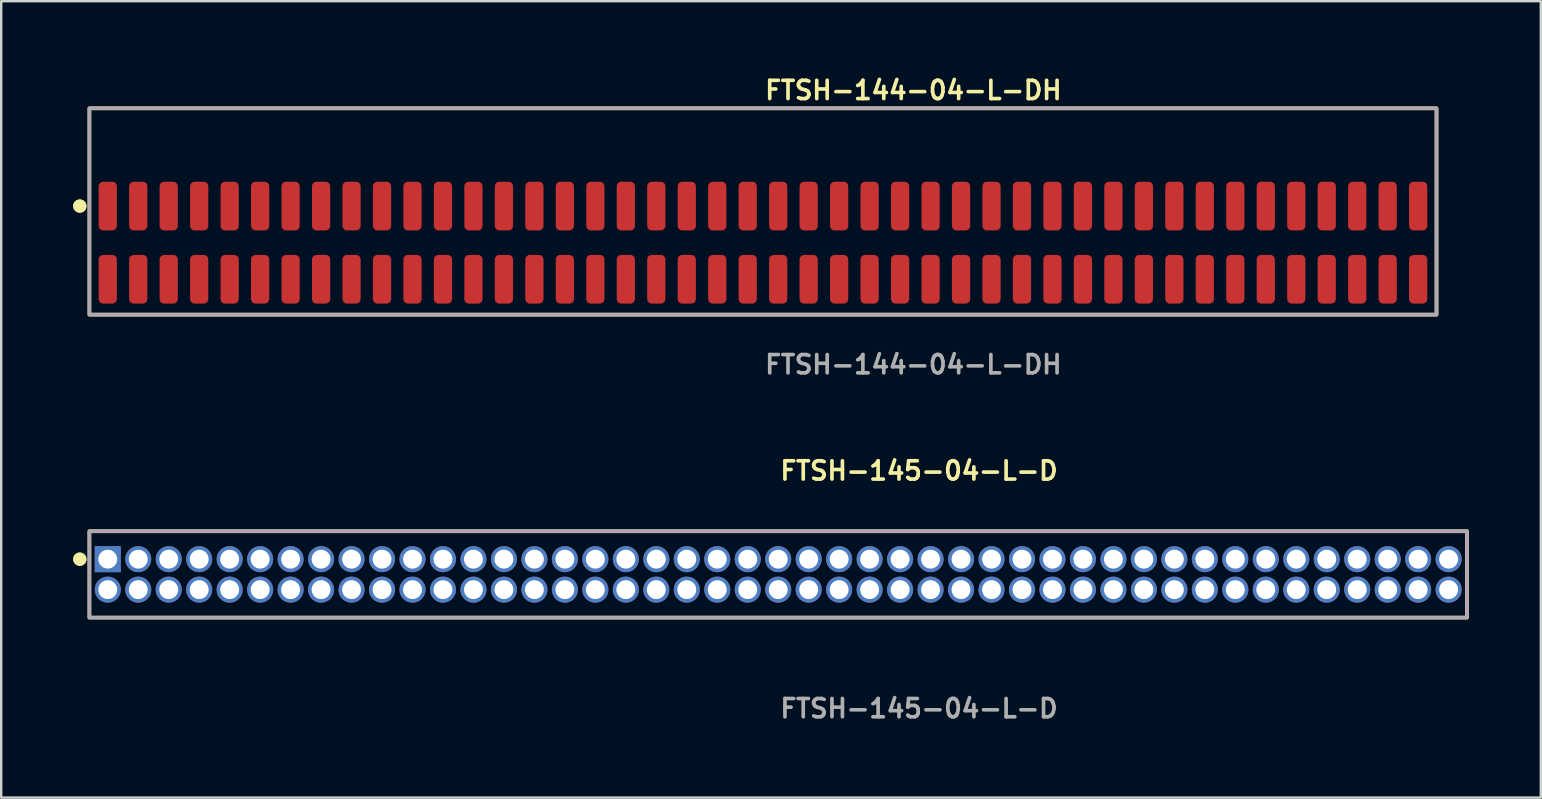
<source format=kicad_pcb>
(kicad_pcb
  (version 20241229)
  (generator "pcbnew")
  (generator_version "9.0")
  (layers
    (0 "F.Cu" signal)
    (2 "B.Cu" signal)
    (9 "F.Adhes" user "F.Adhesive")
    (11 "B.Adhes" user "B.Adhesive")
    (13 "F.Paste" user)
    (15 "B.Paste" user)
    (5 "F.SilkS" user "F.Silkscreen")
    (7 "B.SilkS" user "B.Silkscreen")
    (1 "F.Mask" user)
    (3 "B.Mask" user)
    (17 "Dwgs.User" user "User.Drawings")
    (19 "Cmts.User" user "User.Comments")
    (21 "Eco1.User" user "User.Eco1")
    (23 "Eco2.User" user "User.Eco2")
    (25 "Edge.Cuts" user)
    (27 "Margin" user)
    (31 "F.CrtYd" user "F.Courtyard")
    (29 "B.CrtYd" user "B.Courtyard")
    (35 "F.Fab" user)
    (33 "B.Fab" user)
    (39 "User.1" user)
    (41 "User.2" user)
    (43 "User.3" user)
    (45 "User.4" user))
  (footprint "FTSH-144-04-L-DH"
    (layer "F.Cu")
    (at 28.746 7.063)
    (property "Reference" "FTSH-144-04-L-DH" (at 0 -6.35 0) (unlocked yes) (layer "F.SilkS") (effects (font (size 0.762 0.762) (thickness 0.152)) (justify left)))
    (fp_rect (start -28.07 3) (end 28.07 -5.6) (stroke (width 0.152) (type solid)) (fill no) (layer "F.SilkS"))
    (fp_circle (center -28.47 -1.525) (end -28.67 -1.525) (stroke (width 0.152) (type solid)) (fill yes) (layer "F.SilkS"))
    (fp_circle (center -28.47 -1.525) (end -28.67 -1.525) (stroke (width 0.152) (type solid)) (fill yes) (layer "F.SilkS"))
    (fp_rect (start -28.07 3) (end 28.07 -5.6) (stroke (width 0.006) (type solid)) (fill no) (layer "F.CrtYd"))
    (fp_rect (start -28.07 3) (end 28.07 -5.6) (stroke (width 0.152) (type solid)) (fill no) (layer "F.Fab"))
    (fp_text user "${REFERENCE}" (at 0 5.08 0) (unlocked yes) (layer "F.Fab") (effects (font (size 0.762 0.762) (thickness 0.152)) (justify left)))
    (pad "1" smd roundrect (at -27.305 -1.525) (size 0.76 2.03) (layers "F.Cu" "F.Paste") (roundrect_rratio 0.25))
    (pad "2" smd roundrect (at -27.305 1.525) (size 0.76 2.03) (layers "F.Cu" "F.Paste") (roundrect_rratio 0.25))
    (pad "3" smd roundrect (at -26.035 -1.525) (size 0.76 2.03) (layers "F.Cu" "F.Paste") (roundrect_rratio 0.25))
    (pad "4" smd roundrect (at -26.035 1.525) (size 0.76 2.03) (layers "F.Cu" "F.Paste") (roundrect_rratio 0.25))
    (pad "5" smd roundrect (at -24.765 -1.525) (size 0.76 2.03) (layers "F.Cu" "F.Paste") (roundrect_rratio 0.25))
    (pad "6" smd roundrect (at -24.765 1.525) (size 0.76 2.03) (layers "F.Cu" "F.Paste") (roundrect_rratio 0.25))
    (pad "7" smd roundrect (at -23.495 -1.525) (size 0.76 2.03) (layers "F.Cu" "F.Paste") (roundrect_rratio 0.25))
    (pad "8" smd roundrect (at -23.495 1.525) (size 0.76 2.03) (layers "F.Cu" "F.Paste") (roundrect_rratio 0.25))
    (pad "9" smd roundrect (at -22.225 -1.525) (size 0.76 2.03) (layers "F.Cu" "F.Paste") (roundrect_rratio 0.25))
    (pad "10" smd roundrect (at -22.225 1.525) (size 0.76 2.03) (layers "F.Cu" "F.Paste") (roundrect_rratio 0.25))
    (pad "11" smd roundrect (at -20.955 -1.525) (size 0.76 2.03) (layers "F.Cu" "F.Paste") (roundrect_rratio 0.25))
    (pad "12" smd roundrect (at -20.955 1.525) (size 0.76 2.03) (layers "F.Cu" "F.Paste") (roundrect_rratio 0.25))
    (pad "13" smd roundrect (at -19.685 -1.525) (size 0.76 2.03) (layers "F.Cu" "F.Paste") (roundrect_rratio 0.25))
    (pad "14" smd roundrect (at -19.685 1.525) (size 0.76 2.03) (layers "F.Cu" "F.Paste") (roundrect_rratio 0.25))
    (pad "15" smd roundrect (at -18.415 -1.525) (size 0.76 2.03) (layers "F.Cu" "F.Paste") (roundrect_rratio 0.25))
    (pad "16" smd roundrect (at -18.415 1.525) (size 0.76 2.03) (layers "F.Cu" "F.Paste") (roundrect_rratio 0.25))
    (pad "17" smd roundrect (at -17.145 -1.525) (size 0.76 2.03) (layers "F.Cu" "F.Paste") (roundrect_rratio 0.25))
    (pad "18" smd roundrect (at -17.145 1.525) (size 0.76 2.03) (layers "F.Cu" "F.Paste") (roundrect_rratio 0.25))
    (pad "19" smd roundrect (at -15.875 -1.525) (size 0.76 2.03) (layers "F.Cu" "F.Paste") (roundrect_rratio 0.25))
    (pad "20" smd roundrect (at -15.875 1.525) (size 0.76 2.03) (layers "F.Cu" "F.Paste") (roundrect_rratio 0.25))
    (pad "21" smd roundrect (at -14.605 -1.525) (size 0.76 2.03) (layers "F.Cu" "F.Paste") (roundrect_rratio 0.25))
    (pad "22" smd roundrect (at -14.605 1.525) (size 0.76 2.03) (layers "F.Cu" "F.Paste") (roundrect_rratio 0.25))
    (pad "23" smd roundrect (at -13.335 -1.525) (size 0.76 2.03) (layers "F.Cu" "F.Paste") (roundrect_rratio 0.25))
    (pad "24" smd roundrect (at -13.335 1.525) (size 0.76 2.03) (layers "F.Cu" "F.Paste") (roundrect_rratio 0.25))
    (pad "25" smd roundrect (at -12.065 -1.525) (size 0.76 2.03) (layers "F.Cu" "F.Paste") (roundrect_rratio 0.25))
    (pad "26" smd roundrect (at -12.065 1.525) (size 0.76 2.03) (layers "F.Cu" "F.Paste") (roundrect_rratio 0.25))
    (pad "27" smd roundrect (at -10.795 -1.525) (size 0.76 2.03) (layers "F.Cu" "F.Paste") (roundrect_rratio 0.25))
    (pad "28" smd roundrect (at -10.795 1.525) (size 0.76 2.03) (layers "F.Cu" "F.Paste") (roundrect_rratio 0.25))
    (pad "29" smd roundrect (at -9.525 -1.525) (size 0.76 2.03) (layers "F.Cu" "F.Paste") (roundrect_rratio 0.25))
    (pad "30" smd roundrect (at -9.525 1.525) (size 0.76 2.03) (layers "F.Cu" "F.Paste") (roundrect_rratio 0.25))
    (pad "31" smd roundrect (at -8.255 -1.525) (size 0.76 2.03) (layers "F.Cu" "F.Paste") (roundrect_rratio 0.25))
    (pad "32" smd roundrect (at -8.255 1.525) (size 0.76 2.03) (layers "F.Cu" "F.Paste") (roundrect_rratio 0.25))
    (pad "33" smd roundrect (at -6.985 -1.525) (size 0.76 2.03) (layers "F.Cu" "F.Paste") (roundrect_rratio 0.25))
    (pad "34" smd roundrect (at -6.985 1.525) (size 0.76 2.03) (layers "F.Cu" "F.Paste") (roundrect_rratio 0.25))
    (pad "35" smd roundrect (at -5.715 -1.525) (size 0.76 2.03) (layers "F.Cu" "F.Paste") (roundrect_rratio 0.25))
    (pad "36" smd roundrect (at -5.715 1.525) (size 0.76 2.03) (layers "F.Cu" "F.Paste") (roundrect_rratio 0.25))
    (pad "37" smd roundrect (at -4.445 -1.525) (size 0.76 2.03) (layers "F.Cu" "F.Paste") (roundrect_rratio 0.25))
    (pad "38" smd roundrect (at -4.445 1.525) (size 0.76 2.03) (layers "F.Cu" "F.Paste") (roundrect_rratio 0.25))
    (pad "39" smd roundrect (at -3.175 -1.525) (size 0.76 2.03) (layers "F.Cu" "F.Paste") (roundrect_rratio 0.25))
    (pad "40" smd roundrect (at -3.175 1.525) (size 0.76 2.03) (layers "F.Cu" "F.Paste") (roundrect_rratio 0.25))
    (pad "41" smd roundrect (at -1.905 -1.525) (size 0.76 2.03) (layers "F.Cu" "F.Paste") (roundrect_rratio 0.25))
    (pad "42" smd roundrect (at -1.905 1.525) (size 0.76 2.03) (layers "F.Cu" "F.Paste") (roundrect_rratio 0.25))
    (pad "43" smd roundrect (at -0.635 -1.525) (size 0.76 2.03) (layers "F.Cu" "F.Paste") (roundrect_rratio 0.25))
    (pad "44" smd roundrect (at -0.635 1.525) (size 0.76 2.03) (layers "F.Cu" "F.Paste") (roundrect_rratio 0.25))
    (pad "45" smd roundrect (at 0.635 -1.525) (size 0.76 2.03) (layers "F.Cu" "F.Paste") (roundrect_rratio 0.25))
    (pad "46" smd roundrect (at 0.635 1.525) (size 0.76 2.03) (layers "F.Cu" "F.Paste") (roundrect_rratio 0.25))
    (pad "47" smd roundrect (at 1.905 -1.525) (size 0.76 2.03) (layers "F.Cu" "F.Paste") (roundrect_rratio 0.25))
    (pad "48" smd roundrect (at 1.905 1.525) (size 0.76 2.03) (layers "F.Cu" "F.Paste") (roundrect_rratio 0.25))
    (pad "49" smd roundrect (at 3.175 -1.525) (size 0.76 2.03) (layers "F.Cu" "F.Paste") (roundrect_rratio 0.25))
    (pad "50" smd roundrect (at 3.175 1.525) (size 0.76 2.03) (layers "F.Cu" "F.Paste") (roundrect_rratio 0.25))
    (pad "51" smd roundrect (at 4.445 -1.525) (size 0.76 2.03) (layers "F.Cu" "F.Paste") (roundrect_rratio 0.25))
    (pad "52" smd roundrect (at 4.445 1.525) (size 0.76 2.03) (layers "F.Cu" "F.Paste") (roundrect_rratio 0.25))
    (pad "53" smd roundrect (at 5.715 -1.525) (size 0.76 2.03) (layers "F.Cu" "F.Paste") (roundrect_rratio 0.25))
    (pad "54" smd roundrect (at 5.715 1.525) (size 0.76 2.03) (layers "F.Cu" "F.Paste") (roundrect_rratio 0.25))
    (pad "55" smd roundrect (at 6.985 -1.525) (size 0.76 2.03) (layers "F.Cu" "F.Paste") (roundrect_rratio 0.25))
    (pad "56" smd roundrect (at 6.985 1.525) (size 0.76 2.03) (layers "F.Cu" "F.Paste") (roundrect_rratio 0.25))
    (pad "57" smd roundrect (at 8.255 -1.525) (size 0.76 2.03) (layers "F.Cu" "F.Paste") (roundrect_rratio 0.25))
    (pad "58" smd roundrect (at 8.255 1.525) (size 0.76 2.03) (layers "F.Cu" "F.Paste") (roundrect_rratio 0.25))
    (pad "59" smd roundrect (at 9.525 -1.525) (size 0.76 2.03) (layers "F.Cu" "F.Paste") (roundrect_rratio 0.25))
    (pad "60" smd roundrect (at 9.525 1.525) (size 0.76 2.03) (layers "F.Cu" "F.Paste") (roundrect_rratio 0.25))
    (pad "61" smd roundrect (at 10.795 -1.525) (size 0.76 2.03) (layers "F.Cu" "F.Paste") (roundrect_rratio 0.25))
    (pad "62" smd roundrect (at 10.795 1.525) (size 0.76 2.03) (layers "F.Cu" "F.Paste") (roundrect_rratio 0.25))
    (pad "63" smd roundrect (at 12.065 -1.525) (size 0.76 2.03) (layers "F.Cu" "F.Paste") (roundrect_rratio 0.25))
    (pad "64" smd roundrect (at 12.065 1.525) (size 0.76 2.03) (layers "F.Cu" "F.Paste") (roundrect_rratio 0.25))
    (pad "65" smd roundrect (at 13.335 -1.525) (size 0.76 2.03) (layers "F.Cu" "F.Paste") (roundrect_rratio 0.25))
    (pad "66" smd roundrect (at 13.335 1.525) (size 0.76 2.03) (layers "F.Cu" "F.Paste") (roundrect_rratio 0.25))
    (pad "67" smd roundrect (at 14.605 -1.525) (size 0.76 2.03) (layers "F.Cu" "F.Paste") (roundrect_rratio 0.25))
    (pad "68" smd roundrect (at 14.605 1.525) (size 0.76 2.03) (layers "F.Cu" "F.Paste") (roundrect_rratio 0.25))
    (pad "69" smd roundrect (at 15.875 -1.525) (size 0.76 2.03) (layers "F.Cu" "F.Paste") (roundrect_rratio 0.25))
    (pad "70" smd roundrect (at 15.875 1.525) (size 0.76 2.03) (layers "F.Cu" "F.Paste") (roundrect_rratio 0.25))
    (pad "71" smd roundrect (at 17.145 -1.525) (size 0.76 2.03) (layers "F.Cu" "F.Paste") (roundrect_rratio 0.25))
    (pad "72" smd roundrect (at 17.145 1.525) (size 0.76 2.03) (layers "F.Cu" "F.Paste") (roundrect_rratio 0.25))
    (pad "73" smd roundrect (at 18.415 -1.525) (size 0.76 2.03) (layers "F.Cu" "F.Paste") (roundrect_rratio 0.25))
    (pad "74" smd roundrect (at 18.415 1.525) (size 0.76 2.03) (layers "F.Cu" "F.Paste") (roundrect_rratio 0.25))
    (pad "75" smd roundrect (at 19.685 -1.525) (size 0.76 2.03) (layers "F.Cu" "F.Paste") (roundrect_rratio 0.25))
    (pad "76" smd roundrect (at 19.685 1.525) (size 0.76 2.03) (layers "F.Cu" "F.Paste") (roundrect_rratio 0.25))
    (pad "77" smd roundrect (at 20.955 -1.525) (size 0.76 2.03) (layers "F.Cu" "F.Paste") (roundrect_rratio 0.25))
    (pad "78" smd roundrect (at 20.955 1.525) (size 0.76 2.03) (layers "F.Cu" "F.Paste") (roundrect_rratio 0.25))
    (pad "79" smd roundrect (at 22.225 -1.525) (size 0.76 2.03) (layers "F.Cu" "F.Paste") (roundrect_rratio 0.25))
    (pad "80" smd roundrect (at 22.225 1.525) (size 0.76 2.03) (layers "F.Cu" "F.Paste") (roundrect_rratio 0.25))
    (pad "81" smd roundrect (at 23.495 -1.525) (size 0.76 2.03) (layers "F.Cu" "F.Paste") (roundrect_rratio 0.25))
    (pad "82" smd roundrect (at 23.495 1.525) (size 0.76 2.03) (layers "F.Cu" "F.Paste") (roundrect_rratio 0.25))
    (pad "83" smd roundrect (at 24.765 -1.525) (size 0.76 2.03) (layers "F.Cu" "F.Paste") (roundrect_rratio 0.25))
    (pad "84" smd roundrect (at 24.765 1.525) (size 0.76 2.03) (layers "F.Cu" "F.Paste") (roundrect_rratio 0.25))
    (pad "85" smd roundrect (at 26.035 -1.525) (size 0.76 2.03) (layers "F.Cu" "F.Paste") (roundrect_rratio 0.25))
    (pad "86" smd roundrect (at 26.035 1.525) (size 0.76 2.03) (layers "F.Cu" "F.Paste") (roundrect_rratio 0.25))
    (pad "87" smd roundrect (at 27.305 -1.525) (size 0.76 2.03) (layers "F.Cu" "F.Paste") (roundrect_rratio 0.25))
    (pad "88" smd roundrect (at 27.305 1.525) (size 0.76 2.03) (layers "F.Cu" "F.Paste") (roundrect_rratio 0.25)))
  (footprint "FTSH-145-04-L-D"
    (layer "F.Cu")
    (at 29.381 20.888)
    (property "Reference" "FTSH-145-04-L-D" (at 0 -4.318 0) (unlocked yes) (layer "F.SilkS") (effects (font (size 0.762 0.762) (thickness 0.152)) (justify left)))
    (fp_rect (start -28.705 1.8) (end 28.705 -1.8) (stroke (width 0.152) (type solid)) (fill no) (layer "F.SilkS"))
    (fp_circle (center -29.105 -0.635) (end -29.305 -0.635) (stroke (width 0.152) (type solid)) (fill yes) (layer "F.SilkS"))
    (fp_circle (center -29.105 -0.635) (end -29.305 -0.635) (stroke (width 0.152) (type solid)) (fill yes) (layer "F.SilkS"))
    (fp_rect (start -28.705 1.8) (end 28.705 -1.8) (stroke (width 0.006) (type solid)) (fill no) (layer "F.CrtYd"))
    (fp_rect (start -28.705 1.8) (end 28.705 -1.8) (stroke (width 0.152) (type solid)) (fill no) (layer "F.Fab"))
    (fp_text user "${REFERENCE}" (at 0 5.588 0) (unlocked yes) (layer "F.Fab") (effects (font (size 0.762 0.762) (thickness 0.152)) (justify left)))
    (pad "1" thru_hole rect (at -27.94 -0.635) (size 1.087 1.087) (drill 0.787) (layers "*.Cu" "*.Mask"))
    (pad "2" thru_hole circle (at -27.94 0.635) (size 1.087 1.087) (drill 0.787) (layers "*.Cu" "*.Mask"))
    (pad "3" thru_hole circle (at -26.67 -0.635) (size 1.087 1.087) (drill 0.787) (layers "*.Cu" "*.Mask"))
    (pad "4" thru_hole circle (at -26.67 0.635) (size 1.087 1.087) (drill 0.787) (layers "*.Cu" "*.Mask"))
    (pad "5" thru_hole circle (at -25.4 -0.635) (size 1.087 1.087) (drill 0.787) (layers "*.Cu" "*.Mask"))
    (pad "6" thru_hole circle (at -25.4 0.635) (size 1.087 1.087) (drill 0.787) (layers "*.Cu" "*.Mask"))
    (pad "7" thru_hole circle (at -24.13 -0.635) (size 1.087 1.087) (drill 0.787) (layers "*.Cu" "*.Mask"))
    (pad "8" thru_hole circle (at -24.13 0.635) (size 1.087 1.087) (drill 0.787) (layers "*.Cu" "*.Mask"))
    (pad "9" thru_hole circle (at -22.86 -0.635) (size 1.087 1.087) (drill 0.787) (layers "*.Cu" "*.Mask"))
    (pad "10" thru_hole circle (at -22.86 0.635) (size 1.087 1.087) (drill 0.787) (layers "*.Cu" "*.Mask"))
    (pad "11" thru_hole circle (at -21.59 -0.635) (size 1.087 1.087) (drill 0.787) (layers "*.Cu" "*.Mask"))
    (pad "12" thru_hole circle (at -21.59 0.635) (size 1.087 1.087) (drill 0.787) (layers "*.Cu" "*.Mask"))
    (pad "13" thru_hole circle (at -20.32 -0.635) (size 1.087 1.087) (drill 0.787) (layers "*.Cu" "*.Mask"))
    (pad "14" thru_hole circle (at -20.32 0.635) (size 1.087 1.087) (drill 0.787) (layers "*.Cu" "*.Mask"))
    (pad "15" thru_hole circle (at -19.05 -0.635) (size 1.087 1.087) (drill 0.787) (layers "*.Cu" "*.Mask"))
    (pad "16" thru_hole circle (at -19.05 0.635) (size 1.087 1.087) (drill 0.787) (layers "*.Cu" "*.Mask"))
    (pad "17" thru_hole circle (at -17.78 -0.635) (size 1.087 1.087) (drill 0.787) (layers "*.Cu" "*.Mask"))
    (pad "18" thru_hole circle (at -17.78 0.635) (size 1.087 1.087) (drill 0.787) (layers "*.Cu" "*.Mask"))
    (pad "19" thru_hole circle (at -16.51 -0.635) (size 1.087 1.087) (drill 0.787) (layers "*.Cu" "*.Mask"))
    (pad "20" thru_hole circle (at -16.51 0.635) (size 1.087 1.087) (drill 0.787) (layers "*.Cu" "*.Mask"))
    (pad "21" thru_hole circle (at -15.24 -0.635) (size 1.087 1.087) (drill 0.787) (layers "*.Cu" "*.Mask"))
    (pad "22" thru_hole circle (at -15.24 0.635) (size 1.087 1.087) (drill 0.787) (layers "*.Cu" "*.Mask"))
    (pad "23" thru_hole circle (at -13.97 -0.635) (size 1.087 1.087) (drill 0.787) (layers "*.Cu" "*.Mask"))
    (pad "24" thru_hole circle (at -13.97 0.635) (size 1.087 1.087) (drill 0.787) (layers "*.Cu" "*.Mask"))
    (pad "25" thru_hole circle (at -12.7 -0.635) (size 1.087 1.087) (drill 0.787) (layers "*.Cu" "*.Mask"))
    (pad "26" thru_hole circle (at -12.7 0.635) (size 1.087 1.087) (drill 0.787) (layers "*.Cu" "*.Mask"))
    (pad "27" thru_hole circle (at -11.43 -0.635) (size 1.087 1.087) (drill 0.787) (layers "*.Cu" "*.Mask"))
    (pad "28" thru_hole circle (at -11.43 0.635) (size 1.087 1.087) (drill 0.787) (layers "*.Cu" "*.Mask"))
    (pad "29" thru_hole circle (at -10.16 -0.635) (size 1.087 1.087) (drill 0.787) (layers "*.Cu" "*.Mask"))
    (pad "30" thru_hole circle (at -10.16 0.635) (size 1.087 1.087) (drill 0.787) (layers "*.Cu" "*.Mask"))
    (pad "31" thru_hole circle (at -8.89 -0.635) (size 1.087 1.087) (drill 0.787) (layers "*.Cu" "*.Mask"))
    (pad "32" thru_hole circle (at -8.89 0.635) (size 1.087 1.087) (drill 0.787) (layers "*.Cu" "*.Mask"))
    (pad "33" thru_hole circle (at -7.62 -0.635) (size 1.087 1.087) (drill 0.787) (layers "*.Cu" "*.Mask"))
    (pad "34" thru_hole circle (at -7.62 0.635) (size 1.087 1.087) (drill 0.787) (layers "*.Cu" "*.Mask"))
    (pad "35" thru_hole circle (at -6.35 -0.635) (size 1.087 1.087) (drill 0.787) (layers "*.Cu" "*.Mask"))
    (pad "36" thru_hole circle (at -6.35 0.635) (size 1.087 1.087) (drill 0.787) (layers "*.Cu" "*.Mask"))
    (pad "37" thru_hole circle (at -5.08 -0.635) (size 1.087 1.087) (drill 0.787) (layers "*.Cu" "*.Mask"))
    (pad "38" thru_hole circle (at -5.08 0.635) (size 1.087 1.087) (drill 0.787) (layers "*.Cu" "*.Mask"))
    (pad "39" thru_hole circle (at -3.81 -0.635) (size 1.087 1.087) (drill 0.787) (layers "*.Cu" "*.Mask"))
    (pad "40" thru_hole circle (at -3.81 0.635) (size 1.087 1.087) (drill 0.787) (layers "*.Cu" "*.Mask"))
    (pad "41" thru_hole circle (at -2.54 -0.635) (size 1.087 1.087) (drill 0.787) (layers "*.Cu" "*.Mask"))
    (pad "42" thru_hole circle (at -2.54 0.635) (size 1.087 1.087) (drill 0.787) (layers "*.Cu" "*.Mask"))
    (pad "43" thru_hole circle (at -1.27 -0.635) (size 1.087 1.087) (drill 0.787) (layers "*.Cu" "*.Mask"))
    (pad "44" thru_hole circle (at -1.27 0.635) (size 1.087 1.087) (drill 0.787) (layers "*.Cu" "*.Mask"))
    (pad "45" thru_hole circle (at 0 -0.635) (size 1.087 1.087) (drill 0.787) (layers "*.Cu" "*.Mask"))
    (pad "46" thru_hole circle (at 0 0.635) (size 1.087 1.087) (drill 0.787) (layers "*.Cu" "*.Mask"))
    (pad "47" thru_hole circle (at 1.27 -0.635) (size 1.087 1.087) (drill 0.787) (layers "*.Cu" "*.Mask"))
    (pad "48" thru_hole circle (at 1.27 0.635) (size 1.087 1.087) (drill 0.787) (layers "*.Cu" "*.Mask"))
    (pad "49" thru_hole circle (at 2.54 -0.635) (size 1.087 1.087) (drill 0.787) (layers "*.Cu" "*.Mask"))
    (pad "50" thru_hole circle (at 2.54 0.635) (size 1.087 1.087) (drill 0.787) (layers "*.Cu" "*.Mask"))
    (pad "51" thru_hole circle (at 3.81 -0.635) (size 1.087 1.087) (drill 0.787) (layers "*.Cu" "*.Mask"))
    (pad "52" thru_hole circle (at 3.81 0.635) (size 1.087 1.087) (drill 0.787) (layers "*.Cu" "*.Mask"))
    (pad "53" thru_hole circle (at 5.08 -0.635) (size 1.087 1.087) (drill 0.787) (layers "*.Cu" "*.Mask"))
    (pad "54" thru_hole circle (at 5.08 0.635) (size 1.087 1.087) (drill 0.787) (layers "*.Cu" "*.Mask"))
    (pad "55" thru_hole circle (at 6.35 -0.635) (size 1.087 1.087) (drill 0.787) (layers "*.Cu" "*.Mask"))
    (pad "56" thru_hole circle (at 6.35 0.635) (size 1.087 1.087) (drill 0.787) (layers "*.Cu" "*.Mask"))
    (pad "57" thru_hole circle (at 7.62 -0.635) (size 1.087 1.087) (drill 0.787) (layers "*.Cu" "*.Mask"))
    (pad "58" thru_hole circle (at 7.62 0.635) (size 1.087 1.087) (drill 0.787) (layers "*.Cu" "*.Mask"))
    (pad "59" thru_hole circle (at 8.89 -0.635) (size 1.087 1.087) (drill 0.787) (layers "*.Cu" "*.Mask"))
    (pad "60" thru_hole circle (at 8.89 0.635) (size 1.087 1.087) (drill 0.787) (layers "*.Cu" "*.Mask"))
    (pad "61" thru_hole circle (at 10.16 -0.635) (size 1.087 1.087) (drill 0.787) (layers "*.Cu" "*.Mask"))
    (pad "62" thru_hole circle (at 10.16 0.635) (size 1.087 1.087) (drill 0.787) (layers "*.Cu" "*.Mask"))
    (pad "63" thru_hole circle (at 11.43 -0.635) (size 1.087 1.087) (drill 0.787) (layers "*.Cu" "*.Mask"))
    (pad "64" thru_hole circle (at 11.43 0.635) (size 1.087 1.087) (drill 0.787) (layers "*.Cu" "*.Mask"))
    (pad "65" thru_hole circle (at 12.7 -0.635) (size 1.087 1.087) (drill 0.787) (layers "*.Cu" "*.Mask"))
    (pad "66" thru_hole circle (at 12.7 0.635) (size 1.087 1.087) (drill 0.787) (layers "*.Cu" "*.Mask"))
    (pad "67" thru_hole circle (at 13.97 -0.635) (size 1.087 1.087) (drill 0.787) (layers "*.Cu" "*.Mask"))
    (pad "68" thru_hole circle (at 13.97 0.635) (size 1.087 1.087) (drill 0.787) (layers "*.Cu" "*.Mask"))
    (pad "69" thru_hole circle (at 15.24 -0.635) (size 1.087 1.087) (drill 0.787) (layers "*.Cu" "*.Mask"))
    (pad "70" thru_hole circle (at 15.24 0.635) (size 1.087 1.087) (drill 0.787) (layers "*.Cu" "*.Mask"))
    (pad "71" thru_hole circle (at 16.51 -0.635) (size 1.087 1.087) (drill 0.787) (layers "*.Cu" "*.Mask"))
    (pad "72" thru_hole circle (at 16.51 0.635) (size 1.087 1.087) (drill 0.787) (layers "*.Cu" "*.Mask"))
    (pad "73" thru_hole circle (at 17.78 -0.635) (size 1.087 1.087) (drill 0.787) (layers "*.Cu" "*.Mask"))
    (pad "74" thru_hole circle (at 17.78 0.635) (size 1.087 1.087) (drill 0.787) (layers "*.Cu" "*.Mask"))
    (pad "75" thru_hole circle (at 19.05 -0.635) (size 1.087 1.087) (drill 0.787) (layers "*.Cu" "*.Mask"))
    (pad "76" thru_hole circle (at 19.05 0.635) (size 1.087 1.087) (drill 0.787) (layers "*.Cu" "*.Mask"))
    (pad "77" thru_hole circle (at 20.32 -0.635) (size 1.087 1.087) (drill 0.787) (layers "*.Cu" "*.Mask"))
    (pad "78" thru_hole circle (at 20.32 0.635) (size 1.087 1.087) (drill 0.787) (layers "*.Cu" "*.Mask"))
    (pad "79" thru_hole circle (at 21.59 -0.635) (size 1.087 1.087) (drill 0.787) (layers "*.Cu" "*.Mask"))
    (pad "80" thru_hole circle (at 21.59 0.635) (size 1.087 1.087) (drill 0.787) (layers "*.Cu" "*.Mask"))
    (pad "81" thru_hole circle (at 22.86 -0.635) (size 1.087 1.087) (drill 0.787) (layers "*.Cu" "*.Mask"))
    (pad "82" thru_hole circle (at 22.86 0.635) (size 1.087 1.087) (drill 0.787) (layers "*.Cu" "*.Mask"))
    (pad "83" thru_hole circle (at 24.13 -0.635) (size 1.087 1.087) (drill 0.787) (layers "*.Cu" "*.Mask"))
    (pad "84" thru_hole circle (at 24.13 0.635) (size 1.087 1.087) (drill 0.787) (layers "*.Cu" "*.Mask"))
    (pad "85" thru_hole circle (at 25.4 -0.635) (size 1.087 1.087) (drill 0.787) (layers "*.Cu" "*.Mask"))
    (pad "86" thru_hole circle (at 25.4 0.635) (size 1.087 1.087) (drill 0.787) (layers "*.Cu" "*.Mask"))
    (pad "87" thru_hole circle (at 26.67 -0.635) (size 1.087 1.087) (drill 0.787) (layers "*.Cu" "*.Mask"))
    (pad "88" thru_hole circle (at 26.67 0.635) (size 1.087 1.087) (drill 0.787) (layers "*.Cu" "*.Mask"))
    (pad "89" thru_hole circle (at 27.94 -0.635) (size 1.087 1.087) (drill 0.787) (layers "*.Cu" "*.Mask"))
    (pad "90" thru_hole circle (at 27.94 0.635) (size 1.087 1.087) (drill 0.787) (layers "*.Cu" "*.Mask")))
  (gr_rect
    (start -3 -3)
    (end 61.162 30.189)
    (stroke (width 0.1) (type default))
    (fill no)
    (layer "Edge.Cuts")))
</source>
